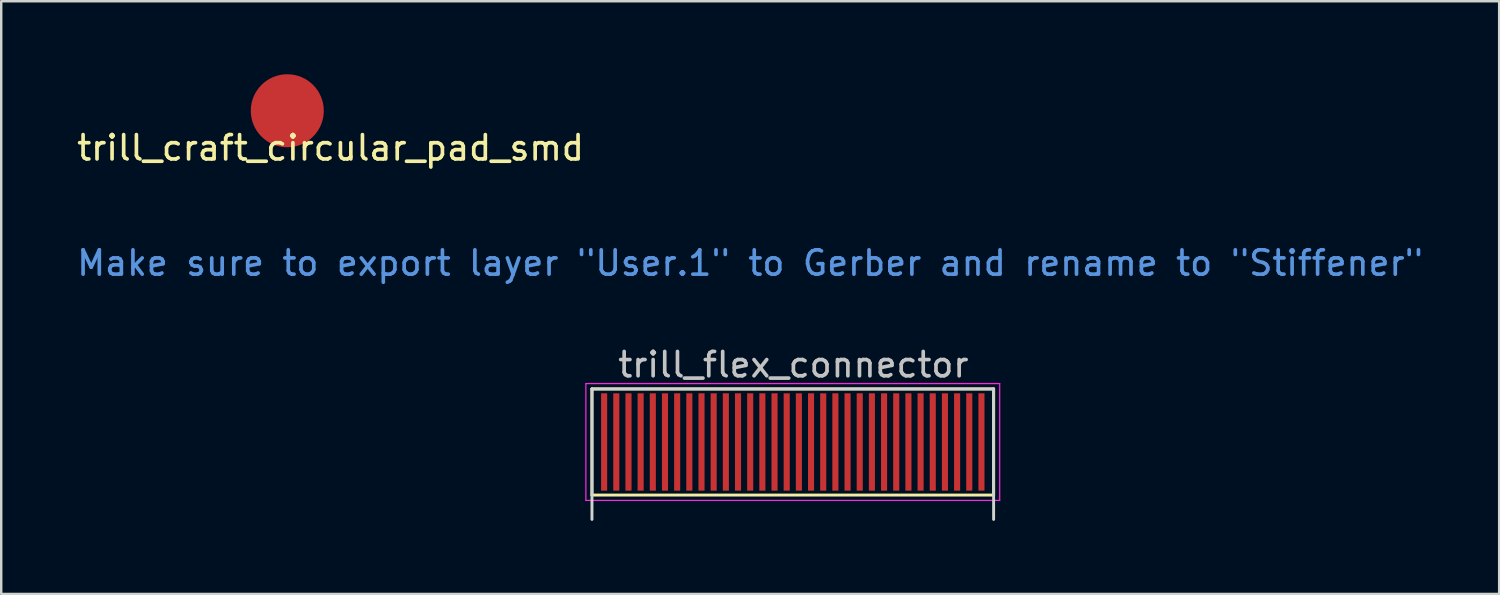
<source format=kicad_pcb>
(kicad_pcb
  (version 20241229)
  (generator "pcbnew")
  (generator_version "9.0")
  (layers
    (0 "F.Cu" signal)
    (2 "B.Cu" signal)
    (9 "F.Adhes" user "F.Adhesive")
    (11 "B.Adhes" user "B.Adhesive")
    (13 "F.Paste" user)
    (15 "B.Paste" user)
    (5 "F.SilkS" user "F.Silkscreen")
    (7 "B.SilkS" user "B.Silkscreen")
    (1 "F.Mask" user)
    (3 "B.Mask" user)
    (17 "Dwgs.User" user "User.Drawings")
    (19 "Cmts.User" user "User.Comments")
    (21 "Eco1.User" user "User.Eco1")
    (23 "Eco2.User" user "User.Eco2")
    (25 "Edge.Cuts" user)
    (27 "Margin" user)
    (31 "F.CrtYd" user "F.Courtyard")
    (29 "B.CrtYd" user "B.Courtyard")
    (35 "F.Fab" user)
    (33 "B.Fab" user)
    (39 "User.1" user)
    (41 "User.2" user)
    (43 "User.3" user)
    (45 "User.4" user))
  (footprint "trill_craft_circular_pad_smd"
    (layer "F.Cu")
    (at 8.752 3.659)
    (property "Reference" "trill_craft_circular_pad_smd" (at 1.778 -0.635 0) (layer "F.SilkS") (effects (font (size 1 1) (thickness 0.15))))
    (attr smd exclude_from_bom)
    (pad "1" smd circle (at 0 -2.159) (size 3 3) (layers "F.Cu" "F.Mask" "F.Paste")))
  (footprint "trill_flex_connector"
    (layer "F.Cu")
    (at 21.768 15.107)
    (property "Reference" "trill_flex_connector" (at 7.775 -3.175 0) (layer "Dwgs.User") (effects (font (size 1 1) (thickness 0.15))))
    (attr smd exclude_from_pos_files exclude_from_bom)
    (fp_line (start -0.5 -2.18) (end 16 -2.18) (stroke (width 0.12) (type solid)) (layer "F.SilkS"))
    (fp_line (start -0.5 2.18) (end -0.5 -2.18) (stroke (width 0.12) (type solid)) (layer "F.SilkS"))
    (fp_line (start -0.5 2.18) (end 16 2.18) (stroke (width 0.12) (type solid)) (layer "F.SilkS"))
    (fp_line (start 16 2.18) (end 16 -2.18) (stroke (width 0.12) (type solid)) (layer "F.SilkS"))
    (fp_line (start -0.5 -2.18) (end 16 -2.18) (stroke (width 0.12) (type solid)) (layer "Edge.Cuts"))
    (fp_line (start -0.5 3.18) (end -0.5 -2.18) (stroke (width 0.12) (type solid)) (layer "Edge.Cuts"))
    (fp_line (start 16 3.18) (end 16 -2.18) (stroke (width 0.12) (type solid)) (layer "Edge.Cuts"))
    (fp_line (start -0.75 -2.4) (end -0.75 2.4) (stroke (width 0.05) (type solid)) (layer "F.CrtYd"))
    (fp_line (start -0.75 -2.4) (end 16.25 -2.4) (stroke (width 0.05) (type solid)) (layer "F.CrtYd"))
    (fp_line (start -0.75 2.4) (end 16.25 2.4) (stroke (width 0.05) (type solid)) (layer "F.CrtYd"))
    (fp_line (start 16.25 -2.4) (end 16.25 2.4) (stroke (width 0.05) (type solid)) (layer "F.CrtYd"))
    (fp_poly (pts (xy 16.01 3.193) (xy -0.505 3.19) (xy -0.505 -2.18) (xy 16 -2.177)) (stroke (width 0.1) (type solid)) (fill no) (layer "User.1"))
    (fp_text user "Make sure to export layer \"User.1\" to Gerber and rename to \"Stiffener\"" (at 6 -7.35 0) (layer "Cmts.User") (effects (font (size 1 1) (thickness 0.15))))
    (pad "1" smd rect (at 0 0) (size 0.25 4) (layers "F.Cu" "F.Mask" "F.Paste"))
    (pad "2" smd rect (at 0.5 0) (size 0.25 4) (layers "F.Cu" "F.Mask" "F.Paste"))
    (pad "3" smd rect (at 1 0) (size 0.25 4) (layers "F.Cu" "F.Mask" "F.Paste"))
    (pad "4" smd rect (at 1.5 0) (size 0.25 4) (layers "F.Cu" "F.Mask" "F.Paste"))
    (pad "5" smd rect (at 2 0) (size 0.25 4) (layers "F.Cu" "F.Mask" "F.Paste"))
    (pad "6" smd rect (at 2.5 0) (size 0.25 4) (layers "F.Cu" "F.Mask" "F.Paste"))
    (pad "7" smd rect (at 3 0) (size 0.25 4) (layers "F.Cu" "F.Mask" "F.Paste"))
    (pad "8" smd rect (at 3.5 0) (size 0.25 4) (layers "F.Cu" "F.Mask" "F.Paste"))
    (pad "9" smd rect (at 4 0) (size 0.25 4) (layers "F.Cu" "F.Mask" "F.Paste"))
    (pad "10" smd rect (at 4.5 0) (size 0.25 4) (layers "F.Cu" "F.Mask" "F.Paste"))
    (pad "11" smd rect (at 5 0) (size 0.25 4) (layers "F.Cu" "F.Mask" "F.Paste"))
    (pad "12" smd rect (at 5.5 0) (size 0.25 4) (layers "F.Cu" "F.Mask" "F.Paste"))
    (pad "13" smd rect (at 6 0) (size 0.25 4) (layers "F.Cu" "F.Mask" "F.Paste"))
    (pad "14" smd rect (at 6.5 0) (size 0.25 4) (layers "F.Cu" "F.Mask" "F.Paste"))
    (pad "15" smd rect (at 7 0) (size 0.25 4) (layers "F.Cu" "F.Mask" "F.Paste"))
    (pad "16" smd rect (at 7.5 0) (size 0.25 4) (layers "F.Cu" "F.Mask" "F.Paste"))
    (pad "17" smd rect (at 8 0) (size 0.25 4) (layers "F.Cu" "F.Mask" "F.Paste"))
    (pad "18" smd rect (at 8.5 0) (size 0.25 4) (layers "F.Cu" "F.Mask" "F.Paste"))
    (pad "19" smd rect (at 9 0) (size 0.25 4) (layers "F.Cu" "F.Mask" "F.Paste"))
    (pad "20" smd rect (at 9.5 0) (size 0.25 4) (layers "F.Cu" "F.Mask" "F.Paste"))
    (pad "21" smd rect (at 10 0) (size 0.25 4) (layers "F.Cu" "F.Mask" "F.Paste"))
    (pad "22" smd rect (at 10.5 0) (size 0.25 4) (layers "F.Cu" "F.Mask" "F.Paste"))
    (pad "23" smd rect (at 11 0) (size 0.25 4) (layers "F.Cu" "F.Mask" "F.Paste"))
    (pad "24" smd rect (at 11.5 0) (size 0.25 4) (layers "F.Cu" "F.Mask" "F.Paste"))
    (pad "25" smd rect (at 12 0) (size 0.25 4) (layers "F.Cu" "F.Mask" "F.Paste"))
    (pad "26" smd rect (at 12.5 0) (size 0.25 4) (layers "F.Cu" "F.Mask" "F.Paste"))
    (pad "27" smd rect (at 13 0) (size 0.25 4) (layers "F.Cu" "F.Mask" "F.Paste"))
    (pad "28" smd rect (at 13.5 0) (size 0.25 4) (layers "F.Cu" "F.Mask" "F.Paste"))
    (pad "29" smd rect (at 14 0) (size 0.25 4) (layers "F.Cu" "F.Mask" "F.Paste"))
    (pad "30" smd rect (at 14.5 0) (size 0.25 4) (layers "F.Cu" "F.Mask" "F.Paste"))
    (pad "31" smd rect (at 15 0) (size 0.25 4) (layers "F.Cu" "F.Mask" "F.Paste"))
    (pad "32" smd rect (at 15.5 0) (size 0.25 4) (layers "F.Cu" "F.Mask" "F.Paste")))
  (gr_rect
    (start -3 -3)
    (end 58.536 21.35)
    (stroke (width 0.1) (type default))
    (fill no)
    (layer "Edge.Cuts")))
</source>
